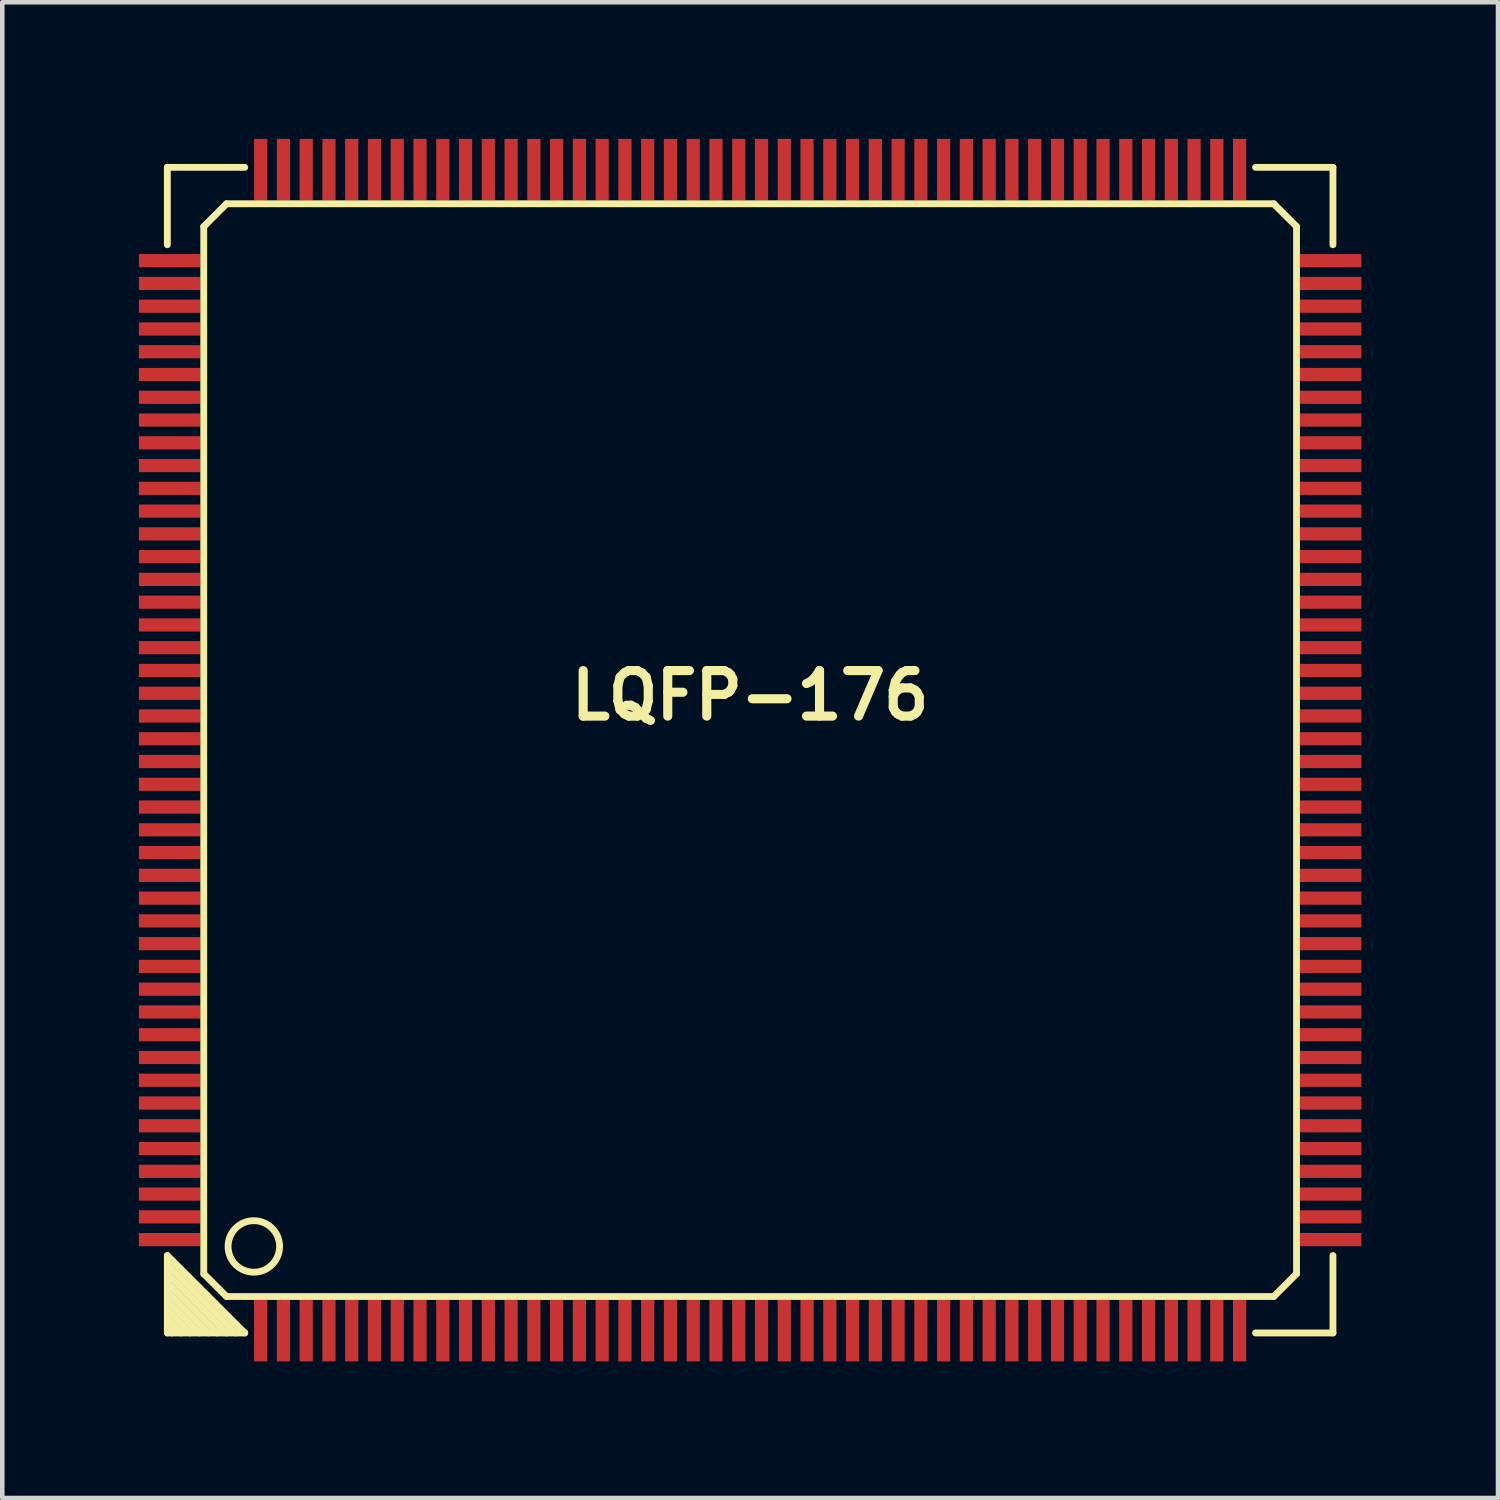
<source format=kicad_pcb>
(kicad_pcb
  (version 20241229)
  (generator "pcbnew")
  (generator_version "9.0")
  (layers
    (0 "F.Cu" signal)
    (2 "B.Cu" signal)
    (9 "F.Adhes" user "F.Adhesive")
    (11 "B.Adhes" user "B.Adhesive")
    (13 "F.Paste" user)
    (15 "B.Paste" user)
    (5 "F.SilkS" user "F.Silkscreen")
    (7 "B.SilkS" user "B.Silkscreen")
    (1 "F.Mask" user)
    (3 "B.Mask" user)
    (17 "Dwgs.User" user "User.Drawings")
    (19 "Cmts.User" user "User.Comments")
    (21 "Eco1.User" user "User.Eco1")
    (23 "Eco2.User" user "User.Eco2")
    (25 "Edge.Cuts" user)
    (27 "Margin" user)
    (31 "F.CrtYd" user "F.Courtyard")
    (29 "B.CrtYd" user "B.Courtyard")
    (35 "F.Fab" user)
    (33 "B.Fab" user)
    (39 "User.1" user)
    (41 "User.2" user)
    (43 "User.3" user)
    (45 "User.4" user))
  (footprint "LQFP-176"
    (layer "F.Cu")
    (at 13.425 13.425)
    (property "Reference" "LQFP-176" (at 0 -1.2 0) (layer "F.SilkS") (effects (font (size 1 1) (thickness 0.2))))
    (attr through_hole)
    (fp_line (start -12.8 -12.8) (end -11.1 -12.8) (stroke (width 0.15) (type solid)) (layer "F.SilkS"))
    (fp_line (start -12.8 -11.1) (end -12.8 -12.8) (stroke (width 0.15) (type solid)) (layer "F.SilkS"))
    (fp_line (start -12.8 11.1) (end -11.1 12.8) (stroke (width 0.15) (type solid)) (layer "F.SilkS"))
    (fp_line (start -12.8 11.5) (end -11.5 12.8) (stroke (width 0.15) (type solid)) (layer "F.SilkS"))
    (fp_line (start -12.8 11.9) (end -11.9 12.8) (stroke (width 0.15) (type solid)) (layer "F.SilkS"))
    (fp_line (start -12.8 12.3) (end -12.3 12.8) (stroke (width 0.15) (type solid)) (layer "F.SilkS"))
    (fp_line (start -12.8 12.7) (end -12.7 12.8) (stroke (width 0.15) (type solid)) (layer "F.SilkS"))
    (fp_line (start -12.8 12.8) (end -12.8 11.1) (stroke (width 0.15) (type solid)) (layer "F.SilkS"))
    (fp_line (start -12.5 12.8) (end -12.8 12.5) (stroke (width 0.15) (type solid)) (layer "F.SilkS"))
    (fp_line (start -12.1 12.8) (end -12.8 12.1) (stroke (width 0.15) (type solid)) (layer "F.SilkS"))
    (fp_line (start -12 -11.5) (end -11.5 -12) (stroke (width 0.15) (type solid)) (layer "F.SilkS"))
    (fp_line (start -12 11.5) (end -12 -11.5) (stroke (width 0.15) (type solid)) (layer "F.SilkS"))
    (fp_line (start -11.7 12.8) (end -12.8 11.7) (stroke (width 0.15) (type solid)) (layer "F.SilkS"))
    (fp_line (start -11.5 -12) (end 11.5 -12) (stroke (width 0.15) (type solid)) (layer "F.SilkS"))
    (fp_line (start -11.5 12) (end -12 11.5) (stroke (width 0.15) (type solid)) (layer "F.SilkS"))
    (fp_line (start -11.3 12.8) (end -12.8 11.3) (stroke (width 0.15) (type solid)) (layer "F.SilkS"))
    (fp_line (start -11.1 12.8) (end -12.8 12.8) (stroke (width 0.15) (type solid)) (layer "F.SilkS"))
    (fp_line (start 11.1 -12.8) (end 12.8 -12.8) (stroke (width 0.15) (type solid)) (layer "F.SilkS"))
    (fp_line (start 11.5 -12) (end 12 -11.5) (stroke (width 0.15) (type solid)) (layer "F.SilkS"))
    (fp_line (start 11.5 12) (end -11.5 12) (stroke (width 0.15) (type solid)) (layer "F.SilkS"))
    (fp_line (start 12 -11.5) (end 12 11.5) (stroke (width 0.15) (type solid)) (layer "F.SilkS"))
    (fp_line (start 12 11.5) (end 11.5 12) (stroke (width 0.15) (type solid)) (layer "F.SilkS"))
    (fp_line (start 12.8 -12.8) (end 12.8 -11.1) (stroke (width 0.15) (type solid)) (layer "F.SilkS"))
    (fp_line (start 12.8 11.1) (end 12.8 12.8) (stroke (width 0.15) (type solid)) (layer "F.SilkS"))
    (fp_line (start 12.8 12.8) (end 11.1 12.8) (stroke (width 0.15) (type solid)) (layer "F.SilkS"))
    (fp_circle (center -10.9 10.9) (end -11.3 11.3) (stroke (width 0.15) (type solid)) (fill no) (layer "F.SilkS"))
    (pad "1" smd rect (at -10.75 12.75) (size 0.29 1.35) (layers "F.Cu" "F.Mask" "F.Paste"))
    (pad "2" smd rect (at -10.25 12.75) (size 0.29 1.35) (layers "F.Cu" "F.Mask" "F.Paste"))
    (pad "3" smd rect (at -9.75 12.75) (size 0.29 1.35) (layers "F.Cu" "F.Mask" "F.Paste"))
    (pad "4" smd rect (at -9.25 12.75) (size 0.29 1.35) (layers "F.Cu" "F.Mask" "F.Paste"))
    (pad "5" smd rect (at -8.75 12.75) (size 0.29 1.35) (layers "F.Cu" "F.Mask" "F.Paste"))
    (pad "6" smd rect (at -8.25 12.75) (size 0.29 1.35) (layers "F.Cu" "F.Mask" "F.Paste"))
    (pad "7" smd rect (at -7.75 12.75) (size 0.29 1.35) (layers "F.Cu" "F.Mask" "F.Paste"))
    (pad "8" smd rect (at -7.25 12.75) (size 0.29 1.35) (layers "F.Cu" "F.Mask" "F.Paste"))
    (pad "9" smd rect (at -6.75 12.75) (size 0.29 1.35) (layers "F.Cu" "F.Mask" "F.Paste"))
    (pad "10" smd rect (at -6.25 12.75) (size 0.29 1.35) (layers "F.Cu" "F.Mask" "F.Paste"))
    (pad "11" smd rect (at -5.75 12.75) (size 0.29 1.35) (layers "F.Cu" "F.Mask" "F.Paste"))
    (pad "12" smd rect (at -5.25 12.75) (size 0.29 1.35) (layers "F.Cu" "F.Mask" "F.Paste"))
    (pad "13" smd rect (at -4.75 12.75) (size 0.29 1.35) (layers "F.Cu" "F.Mask" "F.Paste"))
    (pad "14" smd rect (at -4.25 12.75) (size 0.29 1.35) (layers "F.Cu" "F.Mask" "F.Paste"))
    (pad "15" smd rect (at -3.75 12.75) (size 0.29 1.35) (layers "F.Cu" "F.Mask" "F.Paste"))
    (pad "16" smd rect (at -3.25 12.75) (size 0.29 1.35) (layers "F.Cu" "F.Mask" "F.Paste"))
    (pad "17" smd rect (at -2.75 12.75) (size 0.29 1.35) (layers "F.Cu" "F.Mask" "F.Paste"))
    (pad "18" smd rect (at -2.25 12.75) (size 0.29 1.35) (layers "F.Cu" "F.Mask" "F.Paste"))
    (pad "19" smd rect (at -1.75 12.75) (size 0.29 1.35) (layers "F.Cu" "F.Mask" "F.Paste"))
    (pad "20" smd rect (at -1.25 12.75) (size 0.29 1.35) (layers "F.Cu" "F.Mask" "F.Paste"))
    (pad "21" smd rect (at -0.75 12.75) (size 0.29 1.35) (layers "F.Cu" "F.Mask" "F.Paste"))
    (pad "22" smd rect (at -0.25 12.75) (size 0.29 1.35) (layers "F.Cu" "F.Mask" "F.Paste"))
    (pad "23" smd rect (at 0.25 12.75) (size 0.29 1.35) (layers "F.Cu" "F.Mask" "F.Paste"))
    (pad "24" smd rect (at 0.75 12.75) (size 0.29 1.35) (layers "F.Cu" "F.Mask" "F.Paste"))
    (pad "25" smd rect (at 1.25 12.75) (size 0.29 1.35) (layers "F.Cu" "F.Mask" "F.Paste"))
    (pad "26" smd rect (at 1.75 12.75) (size 0.29 1.35) (layers "F.Cu" "F.Mask" "F.Paste"))
    (pad "27" smd rect (at 2.25 12.75) (size 0.29 1.35) (layers "F.Cu" "F.Mask" "F.Paste"))
    (pad "28" smd rect (at 2.75 12.75) (size 0.29 1.35) (layers "F.Cu" "F.Mask" "F.Paste"))
    (pad "29" smd rect (at 3.25 12.75) (size 0.29 1.35) (layers "F.Cu" "F.Mask" "F.Paste"))
    (pad "30" smd rect (at 3.75 12.75) (size 0.29 1.35) (layers "F.Cu" "F.Mask" "F.Paste"))
    (pad "31" smd rect (at 4.25 12.75) (size 0.29 1.35) (layers "F.Cu" "F.Mask" "F.Paste"))
    (pad "32" smd rect (at 4.75 12.75) (size 0.29 1.35) (layers "F.Cu" "F.Mask" "F.Paste"))
    (pad "33" smd rect (at 5.25 12.75) (size 0.29 1.35) (layers "F.Cu" "F.Mask" "F.Paste"))
    (pad "34" smd rect (at 5.75 12.75) (size 0.29 1.35) (layers "F.Cu" "F.Mask" "F.Paste"))
    (pad "35" smd rect (at 6.25 12.75) (size 0.29 1.35) (layers "F.Cu" "F.Mask" "F.Paste"))
    (pad "36" smd rect (at 6.75 12.75) (size 0.29 1.35) (layers "F.Cu" "F.Mask" "F.Paste"))
    (pad "37" smd rect (at 7.25 12.75) (size 0.29 1.35) (layers "F.Cu" "F.Mask" "F.Paste"))
    (pad "38" smd rect (at 7.75 12.75) (size 0.29 1.35) (layers "F.Cu" "F.Mask" "F.Paste"))
    (pad "39" smd rect (at 8.25 12.75) (size 0.29 1.35) (layers "F.Cu" "F.Mask" "F.Paste"))
    (pad "40" smd rect (at 8.75 12.75) (size 0.29 1.35) (layers "F.Cu" "F.Mask" "F.Paste"))
    (pad "41" smd rect (at 9.25 12.75) (size 0.29 1.35) (layers "F.Cu" "F.Mask" "F.Paste"))
    (pad "42" smd rect (at 9.75 12.75) (size 0.29 1.35) (layers "F.Cu" "F.Mask" "F.Paste"))
    (pad "43" smd rect (at 10.25 12.75) (size 0.29 1.35) (layers "F.Cu" "F.Mask" "F.Paste"))
    (pad "44" smd rect (at 10.75 12.75) (size 0.29 1.35) (layers "F.Cu" "F.Mask" "F.Paste"))
    (pad "45" smd rect (at 12.75 10.75) (size 1.35 0.29) (layers "F.Cu" "F.Mask" "F.Paste"))
    (pad "46" smd rect (at 12.75 10.25) (size 1.35 0.29) (layers "F.Cu" "F.Mask" "F.Paste"))
    (pad "47" smd rect (at 12.75 9.75) (size 1.35 0.29) (layers "F.Cu" "F.Mask" "F.Paste"))
    (pad "48" smd rect (at 12.75 9.25) (size 1.35 0.29) (layers "F.Cu" "F.Mask" "F.Paste"))
    (pad "49" smd rect (at 12.75 8.75) (size 1.35 0.29) (layers "F.Cu" "F.Mask" "F.Paste"))
    (pad "50" smd rect (at 12.75 8.25) (size 1.35 0.29) (layers "F.Cu" "F.Mask" "F.Paste"))
    (pad "51" smd rect (at 12.75 7.75) (size 1.35 0.29) (layers "F.Cu" "F.Mask" "F.Paste"))
    (pad "52" smd rect (at 12.75 7.25) (size 1.35 0.29) (layers "F.Cu" "F.Mask" "F.Paste"))
    (pad "53" smd rect (at 12.75 6.75) (size 1.35 0.29) (layers "F.Cu" "F.Mask" "F.Paste"))
    (pad "54" smd rect (at 12.75 6.25) (size 1.35 0.29) (layers "F.Cu" "F.Mask" "F.Paste"))
    (pad "55" smd rect (at 12.75 5.75) (size 1.35 0.29) (layers "F.Cu" "F.Mask" "F.Paste"))
    (pad "56" smd rect (at 12.75 5.25) (size 1.35 0.29) (layers "F.Cu" "F.Mask" "F.Paste"))
    (pad "57" smd rect (at 12.75 4.75) (size 1.35 0.29) (layers "F.Cu" "F.Mask" "F.Paste"))
    (pad "58" smd rect (at 12.75 4.25) (size 1.35 0.29) (layers "F.Cu" "F.Mask" "F.Paste"))
    (pad "59" smd rect (at 12.75 3.75) (size 1.35 0.29) (layers "F.Cu" "F.Mask" "F.Paste"))
    (pad "60" smd rect (at 12.75 3.25) (size 1.35 0.29) (layers "F.Cu" "F.Mask" "F.Paste"))
    (pad "61" smd rect (at 12.75 2.75) (size 1.35 0.29) (layers "F.Cu" "F.Mask" "F.Paste"))
    (pad "62" smd rect (at 12.75 2.25) (size 1.35 0.29) (layers "F.Cu" "F.Mask" "F.Paste"))
    (pad "63" smd rect (at 12.75 1.75) (size 1.35 0.29) (layers "F.Cu" "F.Mask" "F.Paste"))
    (pad "64" smd rect (at 12.75 1.25) (size 1.35 0.29) (layers "F.Cu" "F.Mask" "F.Paste"))
    (pad "65" smd rect (at 12.75 0.75) (size 1.35 0.29) (layers "F.Cu" "F.Mask" "F.Paste"))
    (pad "66" smd rect (at 12.75 0.25) (size 1.35 0.29) (layers "F.Cu" "F.Mask" "F.Paste"))
    (pad "67" smd rect (at 12.75 -0.25) (size 1.35 0.29) (layers "F.Cu" "F.Mask" "F.Paste"))
    (pad "68" smd rect (at 12.75 -0.75) (size 1.35 0.29) (layers "F.Cu" "F.Mask" "F.Paste"))
    (pad "69" smd rect (at 12.75 -1.25) (size 1.35 0.29) (layers "F.Cu" "F.Mask" "F.Paste"))
    (pad "70" smd rect (at 12.75 -1.75) (size 1.35 0.29) (layers "F.Cu" "F.Mask" "F.Paste"))
    (pad "71" smd rect (at 12.75 -2.25) (size 1.35 0.29) (layers "F.Cu" "F.Mask" "F.Paste"))
    (pad "72" smd rect (at 12.75 -2.75) (size 1.35 0.29) (layers "F.Cu" "F.Mask" "F.Paste"))
    (pad "73" smd rect (at 12.75 -3.25) (size 1.35 0.29) (layers "F.Cu" "F.Mask" "F.Paste"))
    (pad "74" smd rect (at 12.75 -3.75) (size 1.35 0.29) (layers "F.Cu" "F.Mask" "F.Paste"))
    (pad "75" smd rect (at 12.75 -4.25) (size 1.35 0.29) (layers "F.Cu" "F.Mask" "F.Paste"))
    (pad "76" smd rect (at 12.75 -4.75) (size 1.35 0.29) (layers "F.Cu" "F.Mask" "F.Paste"))
    (pad "77" smd rect (at 12.75 -5.25) (size 1.35 0.29) (layers "F.Cu" "F.Mask" "F.Paste"))
    (pad "78" smd rect (at 12.75 -5.75) (size 1.35 0.29) (layers "F.Cu" "F.Mask" "F.Paste"))
    (pad "79" smd rect (at 12.75 -6.25) (size 1.35 0.29) (layers "F.Cu" "F.Mask" "F.Paste"))
    (pad "80" smd rect (at 12.75 -6.75) (size 1.35 0.29) (layers "F.Cu" "F.Mask" "F.Paste"))
    (pad "81" smd rect (at 12.75 -7.25) (size 1.35 0.29) (layers "F.Cu" "F.Mask" "F.Paste"))
    (pad "82" smd rect (at 12.75 -7.75) (size 1.35 0.29) (layers "F.Cu" "F.Mask" "F.Paste"))
    (pad "83" smd rect (at 12.75 -8.25) (size 1.35 0.29) (layers "F.Cu" "F.Mask" "F.Paste"))
    (pad "84" smd rect (at 12.75 -8.75) (size 1.35 0.29) (layers "F.Cu" "F.Mask" "F.Paste"))
    (pad "85" smd rect (at 12.75 -9.25) (size 1.35 0.29) (layers "F.Cu" "F.Mask" "F.Paste"))
    (pad "86" smd rect (at 12.75 -9.75) (size 1.35 0.29) (layers "F.Cu" "F.Mask" "F.Paste"))
    (pad "87" smd rect (at 12.75 -10.25) (size 1.35 0.29) (layers "F.Cu" "F.Mask" "F.Paste"))
    (pad "88" smd rect (at 12.75 -10.75) (size 1.35 0.29) (layers "F.Cu" "F.Mask" "F.Paste"))
    (pad "89" smd rect (at 10.75 -12.75) (size 0.29 1.35) (layers "F.Cu" "F.Mask" "F.Paste"))
    (pad "90" smd rect (at 10.25 -12.75) (size 0.29 1.35) (layers "F.Cu" "F.Mask" "F.Paste"))
    (pad "91" smd rect (at 9.75 -12.75) (size 0.29 1.35) (layers "F.Cu" "F.Mask" "F.Paste"))
    (pad "92" smd rect (at 9.25 -12.75) (size 0.29 1.35) (layers "F.Cu" "F.Mask" "F.Paste"))
    (pad "93" smd rect (at 8.75 -12.75) (size 0.29 1.35) (layers "F.Cu" "F.Mask" "F.Paste"))
    (pad "94" smd rect (at 8.25 -12.75) (size 0.29 1.35) (layers "F.Cu" "F.Mask" "F.Paste"))
    (pad "95" smd rect (at 7.75 -12.75) (size 0.29 1.35) (layers "F.Cu" "F.Mask" "F.Paste"))
    (pad "96" smd rect (at 7.25 -12.75) (size 0.29 1.35) (layers "F.Cu" "F.Mask" "F.Paste"))
    (pad "97" smd rect (at 6.75 -12.75) (size 0.29 1.35) (layers "F.Cu" "F.Mask" "F.Paste"))
    (pad "98" smd rect (at 6.25 -12.75) (size 0.29 1.35) (layers "F.Cu" "F.Mask" "F.Paste"))
    (pad "99" smd rect (at 5.75 -12.75) (size 0.29 1.35) (layers "F.Cu" "F.Mask" "F.Paste"))
    (pad "100" smd rect (at 5.25 -12.75) (size 0.29 1.35) (layers "F.Cu" "F.Mask" "F.Paste"))
    (pad "101" smd rect (at 4.75 -12.75) (size 0.29 1.35) (layers "F.Cu" "F.Mask" "F.Paste"))
    (pad "102" smd rect (at 4.25 -12.75) (size 0.29 1.35) (layers "F.Cu" "F.Mask" "F.Paste"))
    (pad "103" smd rect (at 3.75 -12.75) (size 0.29 1.35) (layers "F.Cu" "F.Mask" "F.Paste"))
    (pad "104" smd rect (at 3.25 -12.75) (size 0.29 1.35) (layers "F.Cu" "F.Mask" "F.Paste"))
    (pad "105" smd rect (at 2.75 -12.75) (size 0.29 1.35) (layers "F.Cu" "F.Mask" "F.Paste"))
    (pad "106" smd rect (at 2.25 -12.75) (size 0.29 1.35) (layers "F.Cu" "F.Mask" "F.Paste"))
    (pad "107" smd rect (at 1.75 -12.75) (size 0.29 1.35) (layers "F.Cu" "F.Mask" "F.Paste"))
    (pad "108" smd rect (at 1.25 -12.75) (size 0.29 1.35) (layers "F.Cu" "F.Mask" "F.Paste"))
    (pad "109" smd rect (at 0.75 -12.75) (size 0.29 1.35) (layers "F.Cu" "F.Mask" "F.Paste"))
    (pad "110" smd rect (at 0.25 -12.75) (size 0.29 1.35) (layers "F.Cu" "F.Mask" "F.Paste"))
    (pad "111" smd rect (at -0.25 -12.75) (size 0.29 1.35) (layers "F.Cu" "F.Mask" "F.Paste"))
    (pad "112" smd rect (at -0.75 -12.75) (size 0.29 1.35) (layers "F.Cu" "F.Mask" "F.Paste"))
    (pad "113" smd rect (at -1.25 -12.75) (size 0.29 1.35) (layers "F.Cu" "F.Mask" "F.Paste"))
    (pad "114" smd rect (at -1.75 -12.75) (size 0.29 1.35) (layers "F.Cu" "F.Mask" "F.Paste"))
    (pad "115" smd rect (at -2.25 -12.75) (size 0.29 1.35) (layers "F.Cu" "F.Mask" "F.Paste"))
    (pad "116" smd rect (at -2.75 -12.75) (size 0.29 1.35) (layers "F.Cu" "F.Mask" "F.Paste"))
    (pad "117" smd rect (at -3.25 -12.75) (size 0.29 1.35) (layers "F.Cu" "F.Mask" "F.Paste"))
    (pad "118" smd rect (at -3.75 -12.75) (size 0.29 1.35) (layers "F.Cu" "F.Mask" "F.Paste"))
    (pad "119" smd rect (at -4.25 -12.75) (size 0.29 1.35) (layers "F.Cu" "F.Mask" "F.Paste"))
    (pad "120" smd rect (at -4.75 -12.75) (size 0.29 1.35) (layers "F.Cu" "F.Mask" "F.Paste"))
    (pad "121" smd rect (at -5.25 -12.75) (size 0.29 1.35) (layers "F.Cu" "F.Mask" "F.Paste"))
    (pad "122" smd rect (at -5.75 -12.75) (size 0.29 1.35) (layers "F.Cu" "F.Mask" "F.Paste"))
    (pad "123" smd rect (at -6.25 -12.75) (size 0.29 1.35) (layers "F.Cu" "F.Mask" "F.Paste"))
    (pad "124" smd rect (at -6.75 -12.75) (size 0.29 1.35) (layers "F.Cu" "F.Mask" "F.Paste"))
    (pad "125" smd rect (at -7.25 -12.75) (size 0.29 1.35) (layers "F.Cu" "F.Mask" "F.Paste"))
    (pad "126" smd rect (at -7.75 -12.75) (size 0.29 1.35) (layers "F.Cu" "F.Mask" "F.Paste"))
    (pad "127" smd rect (at -8.25 -12.75) (size 0.29 1.35) (layers "F.Cu" "F.Mask" "F.Paste"))
    (pad "128" smd rect (at -8.75 -12.75) (size 0.29 1.35) (layers "F.Cu" "F.Mask" "F.Paste"))
    (pad "129" smd rect (at -9.25 -12.75) (size 0.29 1.35) (layers "F.Cu" "F.Mask" "F.Paste"))
    (pad "130" smd rect (at -9.75 -12.75) (size 0.29 1.35) (layers "F.Cu" "F.Mask" "F.Paste"))
    (pad "131" smd rect (at -10.25 -12.75) (size 0.29 1.35) (layers "F.Cu" "F.Mask" "F.Paste"))
    (pad "132" smd rect (at -10.75 -12.75) (size 0.29 1.35) (layers "F.Cu" "F.Mask" "F.Paste"))
    (pad "133" smd rect (at -12.75 -10.75) (size 1.35 0.29) (layers "F.Cu" "F.Mask" "F.Paste"))
    (pad "134" smd rect (at -12.75 -10.25) (size 1.35 0.29) (layers "F.Cu" "F.Mask" "F.Paste"))
    (pad "135" smd rect (at -12.75 -9.75) (size 1.35 0.29) (layers "F.Cu" "F.Mask" "F.Paste"))
    (pad "136" smd rect (at -12.75 -9.25) (size 1.35 0.29) (layers "F.Cu" "F.Mask" "F.Paste"))
    (pad "137" smd rect (at -12.75 -8.75) (size 1.35 0.29) (layers "F.Cu" "F.Mask" "F.Paste"))
    (pad "138" smd rect (at -12.75 -8.25) (size 1.35 0.29) (layers "F.Cu" "F.Mask" "F.Paste"))
    (pad "139" smd rect (at -12.75 -7.75) (size 1.35 0.29) (layers "F.Cu" "F.Mask" "F.Paste"))
    (pad "140" smd rect (at -12.75 -7.25) (size 1.35 0.29) (layers "F.Cu" "F.Mask" "F.Paste"))
    (pad "141" smd rect (at -12.75 -6.75) (size 1.35 0.29) (layers "F.Cu" "F.Mask" "F.Paste"))
    (pad "142" smd rect (at -12.75 -6.25) (size 1.35 0.29) (layers "F.Cu" "F.Mask" "F.Paste"))
    (pad "143" smd rect (at -12.75 -5.75) (size 1.35 0.29) (layers "F.Cu" "F.Mask" "F.Paste"))
    (pad "144" smd rect (at -12.75 -5.25) (size 1.35 0.29) (layers "F.Cu" "F.Mask" "F.Paste"))
    (pad "145" smd rect (at -12.75 -4.75) (size 1.35 0.29) (layers "F.Cu" "F.Mask" "F.Paste"))
    (pad "146" smd rect (at -12.75 -4.25) (size 1.35 0.29) (layers "F.Cu" "F.Mask" "F.Paste"))
    (pad "147" smd rect (at -12.75 -3.75) (size 1.35 0.29) (layers "F.Cu" "F.Mask" "F.Paste"))
    (pad "148" smd rect (at -12.75 -3.25) (size 1.35 0.29) (layers "F.Cu" "F.Mask" "F.Paste"))
    (pad "149" smd rect (at -12.75 -2.75) (size 1.35 0.29) (layers "F.Cu" "F.Mask" "F.Paste"))
    (pad "150" smd rect (at -12.75 -2.25) (size 1.35 0.29) (layers "F.Cu" "F.Mask" "F.Paste"))
    (pad "151" smd rect (at -12.75 -1.75) (size 1.35 0.29) (layers "F.Cu" "F.Mask" "F.Paste"))
    (pad "152" smd rect (at -12.75 -1.25) (size 1.35 0.29) (layers "F.Cu" "F.Mask" "F.Paste"))
    (pad "153" smd rect (at -12.75 -0.75) (size 1.35 0.29) (layers "F.Cu" "F.Mask" "F.Paste"))
    (pad "154" smd rect (at -12.75 -0.25) (size 1.35 0.29) (layers "F.Cu" "F.Mask" "F.Paste"))
    (pad "155" smd rect (at -12.75 0.25) (size 1.35 0.29) (layers "F.Cu" "F.Mask" "F.Paste"))
    (pad "156" smd rect (at -12.75 0.75) (size 1.35 0.29) (layers "F.Cu" "F.Mask" "F.Paste"))
    (pad "157" smd rect (at -12.75 1.25) (size 1.35 0.29) (layers "F.Cu" "F.Mask" "F.Paste"))
    (pad "158" smd rect (at -12.75 1.75) (size 1.35 0.29) (layers "F.Cu" "F.Mask" "F.Paste"))
    (pad "159" smd rect (at -12.75 2.25) (size 1.35 0.29) (layers "F.Cu" "F.Mask" "F.Paste"))
    (pad "160" smd rect (at -12.75 2.75) (size 1.35 0.29) (layers "F.Cu" "F.Mask" "F.Paste"))
    (pad "161" smd rect (at -12.75 3.25) (size 1.35 0.29) (layers "F.Cu" "F.Mask" "F.Paste"))
    (pad "162" smd rect (at -12.75 3.75) (size 1.35 0.29) (layers "F.Cu" "F.Mask" "F.Paste"))
    (pad "163" smd rect (at -12.75 4.25) (size 1.35 0.29) (layers "F.Cu" "F.Mask" "F.Paste"))
    (pad "164" smd rect (at -12.75 4.75) (size 1.35 0.29) (layers "F.Cu" "F.Mask" "F.Paste"))
    (pad "165" smd rect (at -12.75 5.25) (size 1.35 0.29) (layers "F.Cu" "F.Mask" "F.Paste"))
    (pad "166" smd rect (at -12.75 5.75) (size 1.35 0.29) (layers "F.Cu" "F.Mask" "F.Paste"))
    (pad "167" smd rect (at -12.75 6.25) (size 1.35 0.29) (layers "F.Cu" "F.Mask" "F.Paste"))
    (pad "168" smd rect (at -12.75 6.75) (size 1.35 0.29) (layers "F.Cu" "F.Mask" "F.Paste"))
    (pad "169" smd rect (at -12.75 7.25) (size 1.35 0.29) (layers "F.Cu" "F.Mask" "F.Paste"))
    (pad "170" smd rect (at -12.75 7.75) (size 1.35 0.29) (layers "F.Cu" "F.Mask" "F.Paste"))
    (pad "171" smd rect (at -12.75 8.25) (size 1.35 0.29) (layers "F.Cu" "F.Mask" "F.Paste"))
    (pad "172" smd rect (at -12.75 8.75) (size 1.35 0.29) (layers "F.Cu" "F.Mask" "F.Paste"))
    (pad "173" smd rect (at -12.75 9.25) (size 1.35 0.29) (layers "F.Cu" "F.Mask" "F.Paste"))
    (pad "174" smd rect (at -12.75 9.75) (size 1.35 0.29) (layers "F.Cu" "F.Mask" "F.Paste"))
    (pad "175" smd rect (at -12.75 10.25) (size 1.35 0.29) (layers "F.Cu" "F.Mask" "F.Paste"))
    (pad "176" smd rect (at -12.75 10.75) (size 1.35 0.29) (layers "F.Cu" "F.Mask" "F.Paste")))
  (gr_rect
    (start -3 -3)
    (end 29.85 29.85)
    (stroke (width 0.1) (type default))
    (fill no)
    (layer "Edge.Cuts")))
</source>
